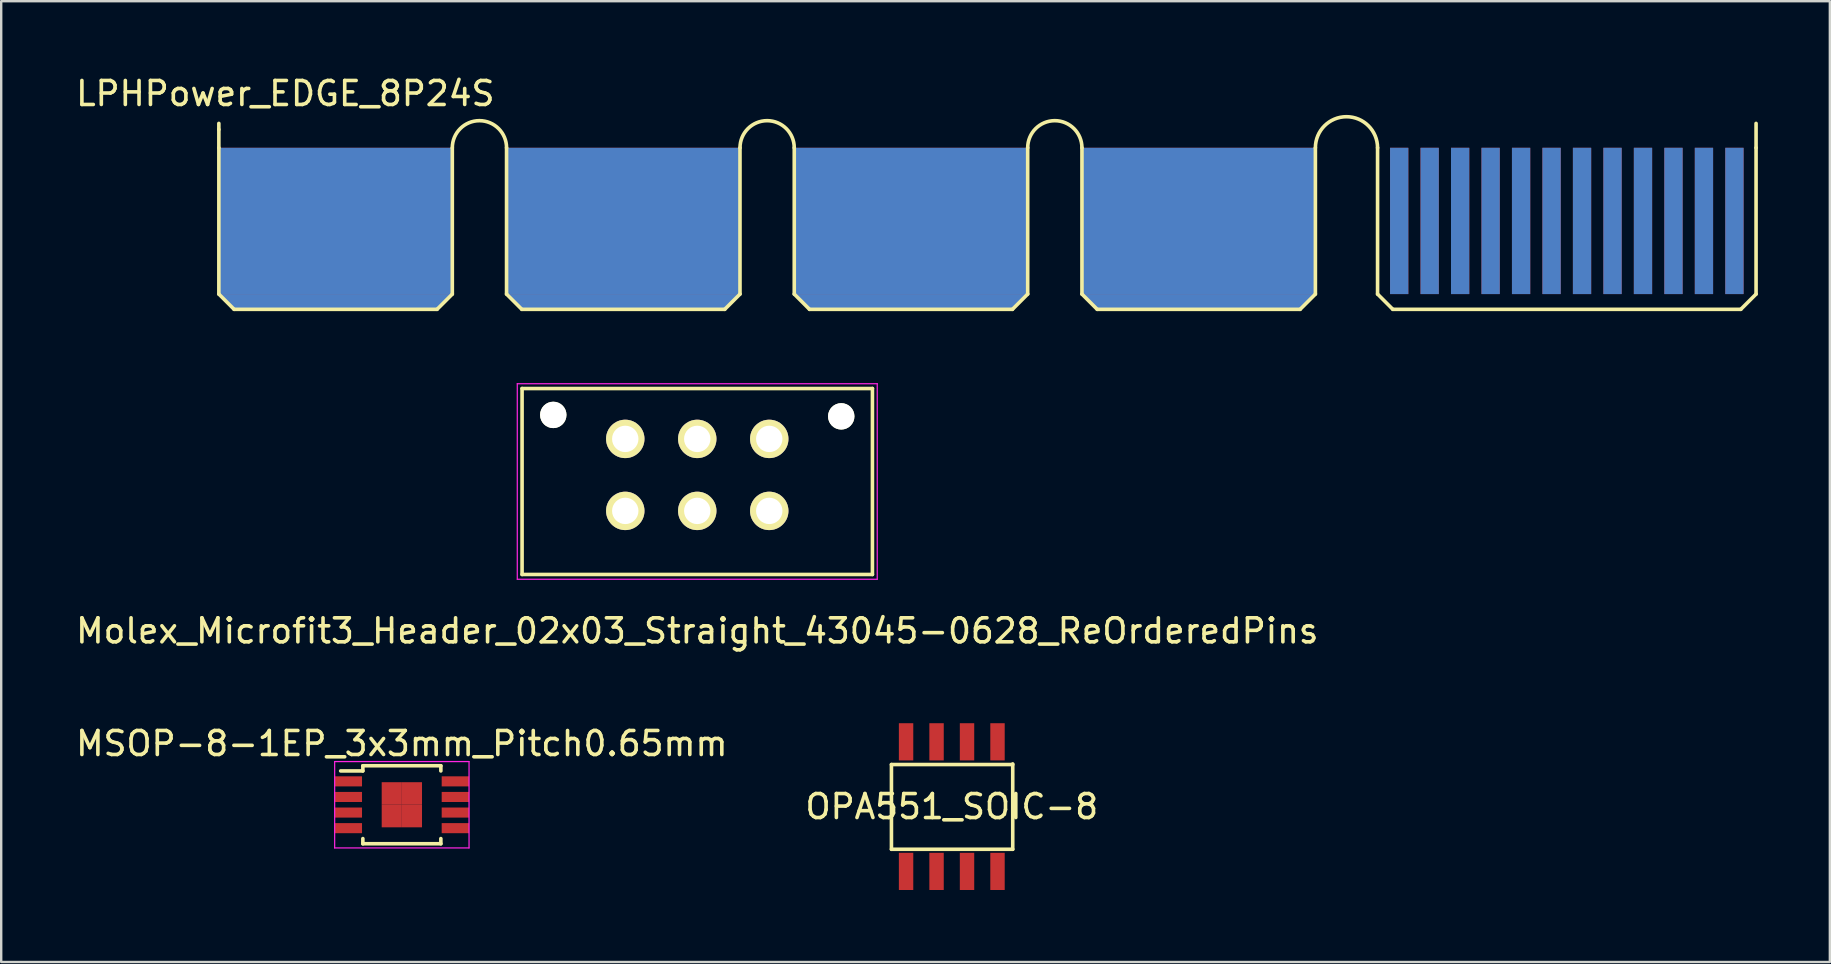
<source format=kicad_pcb>
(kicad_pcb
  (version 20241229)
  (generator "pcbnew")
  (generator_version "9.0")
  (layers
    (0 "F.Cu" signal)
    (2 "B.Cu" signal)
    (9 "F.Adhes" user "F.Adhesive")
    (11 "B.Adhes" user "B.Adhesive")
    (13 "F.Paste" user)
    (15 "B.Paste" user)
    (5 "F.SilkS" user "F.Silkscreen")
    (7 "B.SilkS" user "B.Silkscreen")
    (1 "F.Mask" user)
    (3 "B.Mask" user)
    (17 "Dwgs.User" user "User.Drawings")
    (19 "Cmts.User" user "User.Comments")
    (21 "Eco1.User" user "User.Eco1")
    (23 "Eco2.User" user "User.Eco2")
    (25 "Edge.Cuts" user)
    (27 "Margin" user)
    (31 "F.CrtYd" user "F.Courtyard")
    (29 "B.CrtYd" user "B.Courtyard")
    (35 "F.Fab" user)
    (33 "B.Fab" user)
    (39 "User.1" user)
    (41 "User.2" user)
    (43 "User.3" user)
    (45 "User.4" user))
  (footprint "LPHPower_EDGE_8P24S"
    (layer "F.Cu")
    (at 51.765 3.109)
    (property "Reference" "LPHPower_EDGE_8P24S" (at -42.926 -2.261 0) (layer "F.SilkS") (effects (font (size 1 1) (thickness 0.15))))
    (attr through_hole)
    (fp_line (start -45.695 -0.762) (end -45.695 -1.016) (stroke (width 0.15) (type solid)) (layer "F.SilkS"))
    (fp_line (start -45.695 0) (end -45.695 -0.762) (stroke (width 0.15) (type solid)) (layer "F.SilkS"))
    (fp_line (start -45.695 6.096) (end -45.695 0) (stroke (width 0.15) (type solid)) (layer "F.SilkS"))
    (fp_line (start -45.06 6.731) (end -45.695 6.096) (stroke (width 0.15) (type solid)) (layer "F.SilkS"))
    (fp_line (start -36.601 6.731) (end -45.06 6.731) (stroke (width 0.15) (type solid)) (layer "F.SilkS"))
    (fp_line (start -35.966 0) (end -35.966 6.096) (stroke (width 0.15) (type solid)) (layer "F.SilkS"))
    (fp_line (start -35.966 6.096) (end -36.601 6.731) (stroke (width 0.15) (type solid)) (layer "F.SilkS"))
    (fp_line (start -33.706 6.096) (end -33.706 0) (stroke (width 0.15) (type solid)) (layer "F.SilkS"))
    (fp_line (start -33.071 6.731) (end -33.706 6.096) (stroke (width 0.15) (type solid)) (layer "F.SilkS"))
    (fp_line (start -24.613 6.731) (end -33.071 6.731) (stroke (width 0.15) (type solid)) (layer "F.SilkS"))
    (fp_line (start -23.978 0) (end -23.978 6.096) (stroke (width 0.15) (type solid)) (layer "F.SilkS"))
    (fp_line (start -23.978 6.096) (end -24.613 6.731) (stroke (width 0.15) (type solid)) (layer "F.SilkS"))
    (fp_line (start -21.717 6.096) (end -21.717 0) (stroke (width 0.15) (type solid)) (layer "F.SilkS"))
    (fp_line (start -21.082 6.731) (end -21.717 6.096) (stroke (width 0.15) (type solid)) (layer "F.SilkS"))
    (fp_line (start -12.624 6.731) (end -21.082 6.731) (stroke (width 0.15) (type solid)) (layer "F.SilkS"))
    (fp_line (start -11.989 0) (end -11.989 6.096) (stroke (width 0.15) (type solid)) (layer "F.SilkS"))
    (fp_line (start -11.989 6.096) (end -12.624 6.731) (stroke (width 0.15) (type solid)) (layer "F.SilkS"))
    (fp_line (start -9.728 6.096) (end -9.728 0) (stroke (width 0.15) (type solid)) (layer "F.SilkS"))
    (fp_line (start -9.093 6.731) (end -9.728 6.096) (stroke (width 0.15) (type solid)) (layer "F.SilkS"))
    (fp_line (start -0.635 6.731) (end -9.093 6.731) (stroke (width 0.15) (type solid)) (layer "F.SilkS"))
    (fp_line (start 0 0) (end 0 6.096) (stroke (width 0.15) (type solid)) (layer "F.SilkS"))
    (fp_line (start 0 6.096) (end -0.635 6.731) (stroke (width 0.15) (type solid)) (layer "F.SilkS"))
    (fp_line (start 2.591 0) (end 2.591 6.096) (stroke (width 0.15) (type solid)) (layer "F.SilkS"))
    (fp_line (start 2.591 6.096) (end 3.226 6.731) (stroke (width 0.15) (type solid)) (layer "F.SilkS"))
    (fp_line (start 17.729 6.731) (end 3.226 6.731) (stroke (width 0.15) (type solid)) (layer "F.SilkS"))
    (fp_line (start 18.364 0) (end 18.364 -1.016) (stroke (width 0.15) (type solid)) (layer "F.SilkS"))
    (fp_line (start 18.364 0) (end 18.364 6.096) (stroke (width 0.15) (type solid)) (layer "F.SilkS"))
    (fp_line (start 18.364 6.096) (end 17.729 6.731) (stroke (width 0.15) (type solid)) (layer "F.SilkS"))
    (fp_arc (start -35.9664 0) (mid -34.8361 -1.1303) (end -33.7058 0) (stroke (width 0.15) (type solid)) (layer "F.SilkS"))
    (fp_arc (start -23.9776 0) (mid -22.8473 -1.1303) (end -21.717 0) (stroke (width 0.15) (type solid)) (layer "F.SilkS"))
    (fp_arc (start -11.9888 0) (mid -10.8585 -1.1303) (end -9.7282 0) (stroke (width 0.15) (type solid)) (layer "F.SilkS"))
    (fp_arc (start 0 0) (mid 1.2954 -1.2954) (end 2.5908 0) (stroke (width 0.15) (type solid)) (layer "F.SilkS"))
    (pad "1" smd rect (at 17.462 3.048) (size 0.762 6.096) (layers "B.Cu" "B.Mask"))
    (pad "2" smd rect (at 16.192 3.048) (size 0.762 6.096) (layers "B.Cu" "B.Mask"))
    (pad "3" smd rect (at 14.922 3.048) (size 0.762 6.096) (layers "B.Cu" "B.Mask"))
    (pad "4" smd rect (at 13.652 3.048) (size 0.762 6.096) (layers "B.Cu" "B.Mask"))
    (pad "5" smd rect (at 12.382 3.048) (size 0.762 6.096) (layers "B.Cu" "B.Mask"))
    (pad "6" smd rect (at 11.112 3.048) (size 0.762 6.096) (layers "B.Cu" "B.Mask"))
    (pad "7" smd rect (at 9.842 3.048) (size 0.762 6.096) (layers "B.Cu" "B.Mask"))
    (pad "8" smd rect (at 8.572 3.048) (size 0.762 6.096) (layers "B.Cu" "B.Mask"))
    (pad "9" smd rect (at 7.302 3.048) (size 0.762 6.096) (layers "B.Cu" "B.Mask"))
    (pad "10" smd rect (at 6.032 3.048) (size 0.762 6.096) (layers "B.Cu" "B.Mask"))
    (pad "11" smd rect (at 4.762 3.048) (size 0.762 6.096) (layers "B.Cu" "B.Mask"))
    (pad "12" smd rect (at 3.492 3.048) (size 0.762 6.096) (layers "B.Cu" "B.Mask"))
    (pad "13" smd rect (at 17.462 3.048) (size 0.762 6.096) (layers "F.Cu" "F.Mask"))
    (pad "14" smd rect (at 16.192 3.048) (size 0.762 6.096) (layers "F.Cu" "F.Mask"))
    (pad "15" smd rect (at 14.922 3.048) (size 0.762 6.096) (layers "F.Cu" "F.Mask"))
    (pad "16" smd rect (at 13.652 3.048) (size 0.762 6.096) (layers "F.Cu" "F.Mask"))
    (pad "17" smd rect (at 12.382 3.048) (size 0.762 6.096) (layers "F.Cu" "F.Mask"))
    (pad "18" smd rect (at 11.112 3.048) (size 0.762 6.096) (layers "F.Cu" "F.Mask"))
    (pad "19" smd rect (at 9.842 3.048) (size 0.762 6.096) (layers "F.Cu" "F.Mask"))
    (pad "20" smd rect (at 8.572 3.048) (size 0.762 6.096) (layers "F.Cu" "F.Mask"))
    (pad "21" smd rect (at 7.302 3.048) (size 0.762 6.096) (layers "F.Cu" "F.Mask"))
    (pad "22" smd rect (at 6.032 3.048) (size 0.762 6.096) (layers "F.Cu" "F.Mask"))
    (pad "23" smd rect (at 4.762 3.048) (size 0.762 6.096) (layers "F.Cu" "F.Mask"))
    (pad "24" smd rect (at 3.492 3.048) (size 0.762 6.096) (layers "F.Cu" "F.Mask"))
    (pad "25" connect rect (at -4.864 3.048) (size 9.728 6.096) (layers "B.Cu" "B.Mask"))
    (pad "25" connect trapezoid (at -4.864 6.413 180) (size 9.093 0.635) (rect_delta 0 0.635) (layers "B.Cu" "B.Mask"))
    (pad "26" connect rect (at -16.853 3.048) (size 9.728 6.096) (layers "B.Cu" "B.Mask"))
    (pad "26" connect trapezoid (at -16.853 6.413 180) (size 9.093 0.635) (rect_delta 0 0.635) (layers "B.Cu" "B.Mask"))
    (pad "27" connect rect (at -28.842 3.048) (size 9.728 6.096) (layers "B.Cu" "B.Mask"))
    (pad "27" connect trapezoid (at -28.842 6.413 180) (size 9.093 0.635) (rect_delta 0 0.635) (layers "B.Cu" "B.Mask"))
    (pad "28" connect rect (at -40.831 3.048) (size 9.728 6.096) (layers "B.Cu" "B.Mask"))
    (pad "28" connect trapezoid (at -40.831 6.413 180) (size 9.093 0.635) (rect_delta 0 0.635) (layers "B.Cu" "B.Mask"))
    (pad "29" connect rect (at -4.864 3.048) (size 9.728 6.096) (layers "F.Cu" "F.Mask"))
    (pad "29" connect trapezoid (at -4.864 6.413) (size 9.093 0.635) (rect_delta 0 -0.635) (layers "F.Cu" "F.Mask"))
    (pad "30" connect rect (at -16.853 3.048) (size 9.728 6.096) (layers "F.Cu" "F.Mask"))
    (pad "30" connect trapezoid (at -16.853 6.413) (size 9.093 0.635) (rect_delta 0 -0.635) (layers "F.Cu" "F.Mask"))
    (pad "31" connect rect (at -28.842 3.048) (size 9.728 6.096) (layers "F.Cu" "F.Mask"))
    (pad "31" connect trapezoid (at -28.842 6.413) (size 9.093 0.635) (rect_delta 0 -0.635) (layers "F.Cu" "F.Mask"))
    (pad "32" connect rect (at -40.831 3.048) (size 9.728 6.096) (layers "F.Cu" "F.Mask"))
    (pad "32" connect trapezoid (at -40.831 6.413) (size 9.093 0.635) (rect_delta 0 -0.635) (layers "F.Cu" "F.Mask")))
  (footprint "Molex_Microfit3_Header_02x03_Straight_43045-0628_ReOrderedPins"
    (layer "F.Cu")
    (at 29.006 18.24)
    (property "Reference" "Molex_Microfit3_Header_02x03_Straight_43045-0628_ReOrderedPins" (at -3 5 0) (layer "F.SilkS") (effects (font (size 1 1) (thickness 0.15))))
    (attr through_hole)
    (fp_line (start -10.3 2.65) (end -10.3 -5.1) (stroke (width 0.15) (type solid)) (layer "F.SilkS"))
    (fp_line (start 4.3 -5.1) (end -10.3 -5.1) (stroke (width 0.15) (type solid)) (layer "F.SilkS"))
    (fp_line (start 4.3 2.65) (end -10.3 2.65) (stroke (width 0.15) (type solid)) (layer "F.SilkS"))
    (fp_line (start 4.3 2.65) (end 4.3 -5.1) (stroke (width 0.15) (type solid)) (layer "F.SilkS"))
    (fp_line (start -10.5 2.85) (end -10.5 -5.3) (stroke (width 0.05) (type solid)) (layer "F.CrtYd"))
    (fp_line (start 4.5 -5.3) (end -10.5 -5.3) (stroke (width 0.05) (type solid)) (layer "F.CrtYd"))
    (fp_line (start 4.5 2.85) (end -10.5 2.85) (stroke (width 0.05) (type solid)) (layer "F.CrtYd"))
    (fp_line (start 4.5 2.85) (end 4.5 -5.3) (stroke (width 0.05) (type solid)) (layer "F.CrtYd"))
    (pad "" np_thru_hole circle (at -9 -4) (size 1.1 1.1) (drill 1.1) (layers "*.Cu" "*.Mask" "F.SilkS"))
    (pad "" np_thru_hole circle (at 3 -3.94) (size 1.1 1.1) (drill 1.1) (layers "*.Cu" "*.Mask" "F.SilkS"))
    (pad "1" thru_hole circle (at 0 0) (size 1.6 1.6) (drill 1.1) (layers "*.Cu" "*.Mask" "F.SilkS"))
    (pad "2" thru_hole circle (at 0 -3) (size 1.6 1.6) (drill 1.1) (layers "*.Cu" "*.Mask" "F.SilkS"))
    (pad "3" thru_hole circle (at -3 0) (size 1.6 1.6) (drill 1.1) (layers "*.Cu" "*.Mask" "F.SilkS"))
    (pad "4" thru_hole circle (at -3 -3) (size 1.6 1.6) (drill 1.1) (layers "*.Cu" "*.Mask" "F.SilkS"))
    (pad "5" thru_hole circle (at -6 0) (size 1.6 1.6) (drill 1.1) (layers "*.Cu" "*.Mask" "F.SilkS"))
    (pad "6" thru_hole circle (at -6 -3) (size 1.6 1.6) (drill 1.1) (layers "*.Cu" "*.Mask" "F.SilkS")))
  (footprint "OPA551_SOIC-8"
    (layer "F.Cu")
    (at 36.613 30.563)
    (property "Reference" "OPA551_SOIC-8" (at 0 0 0) (layer "F.SilkS") (effects (font (size 1 1) (thickness 0.15))))
    (attr through_hole)
    (fp_line (start -2.515 -1.753) (end -2.515 1.778) (stroke (width 0.15) (type solid)) (layer "F.SilkS"))
    (fp_line (start -2.515 1.778) (end 2.54 1.778) (stroke (width 0.15) (type solid)) (layer "F.SilkS"))
    (fp_line (start 2.54 -1.753) (end -2.515 -1.753) (stroke (width 0.15) (type solid)) (layer "F.SilkS"))
    (fp_line (start 2.54 1.778) (end 2.54 -1.778) (stroke (width 0.15) (type solid)) (layer "F.SilkS"))
    (pad "1" smd rect (at -1.905 2.7) (size 0.6 1.55) (layers "F.Cu" "F.Mask" "F.Paste"))
    (pad "2" smd rect (at -0.635 2.7) (size 0.6 1.55) (layers "F.Cu" "F.Mask" "F.Paste"))
    (pad "3" smd rect (at 0.635 2.7) (size 0.6 1.55) (layers "F.Cu" "F.Mask" "F.Paste"))
    (pad "4" smd rect (at 1.905 2.7) (size 0.6 1.55) (layers "F.Cu" "F.Mask" "F.Paste"))
    (pad "5" smd rect (at 1.905 -2.7) (size 0.6 1.55) (layers "F.Cu" "F.Mask" "F.Paste"))
    (pad "6" smd rect (at 0.635 -2.7) (size 0.6 1.55) (layers "F.Cu" "F.Mask" "F.Paste"))
    (pad "7" smd rect (at -0.635 -2.7) (size 0.6 1.55) (layers "F.Cu" "F.Mask" "F.Paste"))
    (pad "8" smd rect (at -1.905 -2.7) (size 0.6 1.55) (layers "F.Cu" "F.Mask" "F.Paste")))
  (footprint "MSOP-8-1EP_3x3mm_Pitch0.65mm"
    (layer "F.Cu")
    (at 13.696 30.486)
    (property "Reference" "MSOP-8-1EP_3x3mm_Pitch0.65mm" (at 0 -2.55 0) (layer "F.SilkS") (effects (font (size 1 1) (thickness 0.15))))
    (attr smd)
    (fp_line (start -1.625 -1.625) (end -1.625 -1.41) (stroke (width 0.15) (type solid)) (layer "F.SilkS"))
    (fp_line (start -1.625 -1.625) (end 1.625 -1.625) (stroke (width 0.15) (type solid)) (layer "F.SilkS"))
    (fp_line (start -1.625 -1.41) (end -2.55 -1.41) (stroke (width 0.15) (type solid)) (layer "F.SilkS"))
    (fp_line (start -1.625 1.625) (end -1.625 1.41) (stroke (width 0.15) (type solid)) (layer "F.SilkS"))
    (fp_line (start -1.625 1.625) (end 1.625 1.625) (stroke (width 0.15) (type solid)) (layer "F.SilkS"))
    (fp_line (start 1.625 -1.625) (end 1.625 -1.41) (stroke (width 0.15) (type solid)) (layer "F.SilkS"))
    (fp_line (start 1.625 1.625) (end 1.625 1.41) (stroke (width 0.15) (type solid)) (layer "F.SilkS"))
    (fp_line (start -2.8 -1.8) (end -2.8 1.8) (stroke (width 0.05) (type solid)) (layer "F.CrtYd"))
    (fp_line (start -2.8 -1.8) (end 2.8 -1.8) (stroke (width 0.05) (type solid)) (layer "F.CrtYd"))
    (fp_line (start -2.8 1.8) (end 2.8 1.8) (stroke (width 0.05) (type solid)) (layer "F.CrtYd"))
    (fp_line (start 2.8 -1.8) (end 2.8 1.8) (stroke (width 0.05) (type solid)) (layer "F.CrtYd"))
    (pad "1" smd rect (at -2.232 -0.975) (size 1.144 0.42) (layers "F.Cu" "F.Mask" "F.Paste"))
    (pad "2" smd rect (at -2.232 -0.325) (size 1.144 0.42) (layers "F.Cu" "F.Mask" "F.Paste"))
    (pad "3" smd rect (at -2.232 0.325) (size 1.144 0.42) (layers "F.Cu" "F.Mask" "F.Paste"))
    (pad "4" smd rect (at -2.232 0.975) (size 1.144 0.42) (layers "F.Cu" "F.Mask" "F.Paste"))
    (pad "5" smd rect (at 2.232 0.975) (size 1.144 0.42) (layers "F.Cu" "F.Mask" "F.Paste"))
    (pad "6" smd rect (at 2.232 0.325) (size 1.144 0.42) (layers "F.Cu" "F.Mask" "F.Paste"))
    (pad "7" smd rect (at 2.232 -0.325) (size 1.144 0.42) (layers "F.Cu" "F.Mask" "F.Paste"))
    (pad "8" smd rect (at 2.232 -0.975) (size 1.144 0.42) (layers "F.Cu" "F.Mask" "F.Paste"))
    (pad "9" smd rect (at -0.42 -0.47) (size 0.84 0.94) (layers "F.Cu" "F.Mask" "F.Paste"))
    (pad "9" smd rect (at -0.42 0.47) (size 0.84 0.94) (layers "F.Cu" "F.Mask" "F.Paste"))
    (pad "9" smd rect (at 0.42 -0.47) (size 0.84 0.94) (layers "F.Cu" "F.Mask" "F.Paste"))
    (pad "9" smd rect (at 0.42 0.47) (size 0.84 0.94) (layers "F.Cu" "F.Mask" "F.Paste")))
  (gr_rect
    (start -3 -3)
    (end 73.204 37.038)
    (stroke (width 0.1) (type default))
    (fill no)
    (layer "Edge.Cuts")))
</source>
